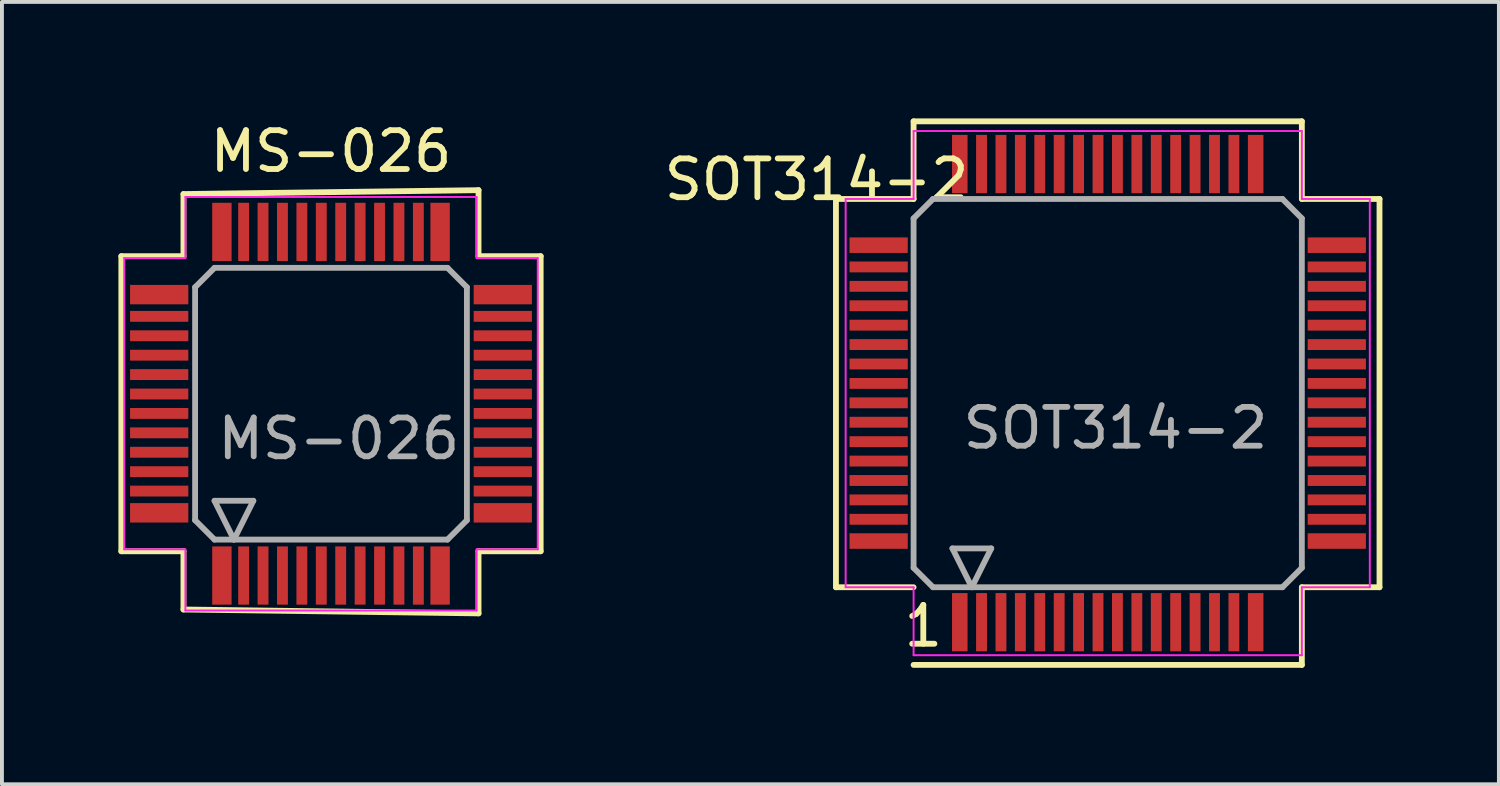
<source format=kicad_pcb>
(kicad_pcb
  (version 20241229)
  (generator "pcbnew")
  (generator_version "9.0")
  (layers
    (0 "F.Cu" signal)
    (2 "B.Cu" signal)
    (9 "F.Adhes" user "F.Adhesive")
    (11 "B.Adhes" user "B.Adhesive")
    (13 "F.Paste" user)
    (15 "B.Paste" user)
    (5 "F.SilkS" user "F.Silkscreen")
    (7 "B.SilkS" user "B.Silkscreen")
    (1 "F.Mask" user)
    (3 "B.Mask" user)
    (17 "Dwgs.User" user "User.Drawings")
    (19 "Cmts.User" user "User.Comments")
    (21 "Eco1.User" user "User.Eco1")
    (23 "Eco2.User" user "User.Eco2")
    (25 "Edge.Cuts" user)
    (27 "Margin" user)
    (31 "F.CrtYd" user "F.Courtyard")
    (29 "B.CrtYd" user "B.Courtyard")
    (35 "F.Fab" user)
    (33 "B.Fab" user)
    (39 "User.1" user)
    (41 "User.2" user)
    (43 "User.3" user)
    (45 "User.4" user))
  (footprint "SOT314-2"
    (layer "F.Cu")
    (at 25.48 7.075)
    (property "Reference" "SOT314-2" (at -7.5 -5.5 0) (layer "F.SilkS") (effects (font (size 1 1) (thickness 0.15))))
    (attr smd)
    (fp_line (start -7 -5) (end -7 5) (stroke (width 0.15) (type solid)) (layer "F.SilkS"))
    (fp_line (start -7 5) (end -5 5) (stroke (width 0.15) (type solid)) (layer "F.SilkS"))
    (fp_line (start -5 -7) (end -5 -5) (stroke (width 0.15) (type solid)) (layer "F.SilkS"))
    (fp_line (start -5 -5) (end -7 -5) (stroke (width 0.15) (type solid)) (layer "F.SilkS"))
    (fp_line (start -5 7) (end 5 7) (stroke (width 0.15) (type solid)) (layer "F.SilkS"))
    (fp_line (start 5 -7) (end -5 -7) (stroke (width 0.15) (type solid)) (layer "F.SilkS"))
    (fp_line (start 5 -5) (end 5 -7) (stroke (width 0.15) (type solid)) (layer "F.SilkS"))
    (fp_line (start 5 5) (end 7 5) (stroke (width 0.15) (type solid)) (layer "F.SilkS"))
    (fp_line (start 5 7) (end 5 5) (stroke (width 0.15) (type solid)) (layer "F.SilkS"))
    (fp_line (start 7 -5) (end 5 -5) (stroke (width 0.15) (type solid)) (layer "F.SilkS"))
    (fp_line (start 7 5) (end 7 -5) (stroke (width 0.15) (type solid)) (layer "F.SilkS"))
    (fp_line (start -6.75 -5) (end -6.75 5) (stroke (width 0.05) (type solid)) (layer "F.CrtYd"))
    (fp_line (start -6.75 -5) (end -5 -5) (stroke (width 0.05) (type solid)) (layer "F.CrtYd"))
    (fp_line (start -5 -5) (end -5 -6.75) (stroke (width 0.05) (type solid)) (layer "F.CrtYd"))
    (fp_line (start -5 5) (end -6.75 5) (stroke (width 0.05) (type solid)) (layer "F.CrtYd"))
    (fp_line (start -5 5) (end -5 6.75) (stroke (width 0.05) (type solid)) (layer "F.CrtYd"))
    (fp_line (start 5 -6.75) (end -5 -6.75) (stroke (width 0.05) (type solid)) (layer "F.CrtYd"))
    (fp_line (start 5 -5) (end 5 -6.75) (stroke (width 0.05) (type solid)) (layer "F.CrtYd"))
    (fp_line (start 5 -5) (end 6.75 -5) (stroke (width 0.05) (type solid)) (layer "F.CrtYd"))
    (fp_line (start 5 5) (end 5 6.75) (stroke (width 0.05) (type solid)) (layer "F.CrtYd"))
    (fp_line (start 5 5) (end 6.75 5) (stroke (width 0.05) (type solid)) (layer "F.CrtYd"))
    (fp_line (start 5 6.75) (end -5 6.75) (stroke (width 0.05) (type solid)) (layer "F.CrtYd"))
    (fp_line (start 6.75 -5) (end 6.75 5) (stroke (width 0.05) (type solid)) (layer "F.CrtYd"))
    (fp_line (start -5 -4.5) (end -5 4.5) (stroke (width 0.15) (type solid)) (layer "F.Fab"))
    (fp_line (start -5 -4.5) (end -4.5 -5) (stroke (width 0.15) (type solid)) (layer "F.Fab"))
    (fp_line (start -4.5 5) (end -5 4.5) (stroke (width 0.15) (type solid)) (layer "F.Fab"))
    (fp_line (start -4.5 5) (end 4.5 5) (stroke (width 0.15) (type solid)) (layer "F.Fab"))
    (fp_line (start -4 4) (end -3.5 5) (stroke (width 0.15) (type solid)) (layer "F.Fab"))
    (fp_line (start -3.5 5) (end -3 4) (stroke (width 0.15) (type solid)) (layer "F.Fab"))
    (fp_line (start -3 4) (end -4 4) (stroke (width 0.15) (type solid)) (layer "F.Fab"))
    (fp_line (start 4.5 -5) (end -4.5 -5) (stroke (width 0.15) (type solid)) (layer "F.Fab"))
    (fp_line (start 5 -4.5) (end 4.5 -5) (stroke (width 0.15) (type solid)) (layer "F.Fab"))
    (fp_line (start 5 4.5) (end 4.5 5) (stroke (width 0.15) (type solid)) (layer "F.Fab"))
    (fp_line (start 5 4.5) (end 5 -4.5) (stroke (width 0.15) (type solid)) (layer "F.Fab"))
    (fp_text user "1" (at -4.75 6 0) (layer "F.SilkS") (effects (font (size 1 1) (thickness 0.15))))
    (fp_text user "${REFERENCE}" (at 0.2 0.9 0) (layer "F.Fab") (effects (font (size 1 1) (thickness 0.15))))
    (pad "1" smd rect (at -3.81 5.9) (size 0.4 1.5) (layers "F.Cu" "F.Mask" "F.Paste"))
    (pad "2" smd rect (at -3.25 5.9) (size 0.28 1.5) (layers "F.Cu" "F.Mask" "F.Paste"))
    (pad "3" smd rect (at -2.75 5.9) (size 0.28 1.5) (layers "F.Cu" "F.Mask" "F.Paste"))
    (pad "4" smd rect (at -2.25 5.9) (size 0.28 1.5) (layers "F.Cu" "F.Mask" "F.Paste"))
    (pad "5" smd rect (at -1.75 5.9) (size 0.28 1.5) (layers "F.Cu" "F.Mask" "F.Paste"))
    (pad "6" smd rect (at -1.25 5.9) (size 0.28 1.5) (layers "F.Cu" "F.Mask" "F.Paste"))
    (pad "7" smd rect (at -0.75 5.9) (size 0.28 1.5) (layers "F.Cu" "F.Mask" "F.Paste"))
    (pad "8" smd rect (at -0.25 5.9) (size 0.28 1.5) (layers "F.Cu" "F.Mask" "F.Paste"))
    (pad "9" smd rect (at 0.25 5.9) (size 0.28 1.5) (layers "F.Cu" "F.Mask" "F.Paste"))
    (pad "10" smd rect (at 0.75 5.9) (size 0.28 1.5) (layers "F.Cu" "F.Mask" "F.Paste"))
    (pad "11" smd rect (at 1.25 5.9) (size 0.28 1.5) (layers "F.Cu" "F.Mask" "F.Paste"))
    (pad "12" smd rect (at 1.75 5.9) (size 0.28 1.5) (layers "F.Cu" "F.Mask" "F.Paste"))
    (pad "13" smd rect (at 2.25 5.9) (size 0.28 1.5) (layers "F.Cu" "F.Mask" "F.Paste"))
    (pad "14" smd rect (at 2.75 5.9) (size 0.28 1.5) (layers "F.Cu" "F.Mask" "F.Paste"))
    (pad "15" smd rect (at 3.25 5.9) (size 0.28 1.5) (layers "F.Cu" "F.Mask" "F.Paste"))
    (pad "16" smd rect (at 3.81 5.9) (size 0.4 1.5) (layers "F.Cu" "F.Mask" "F.Paste"))
    (pad "17" smd rect (at 5.9 3.81) (size 1.5 0.4) (layers "F.Cu" "F.Mask" "F.Paste"))
    (pad "18" smd rect (at 5.9 3.25) (size 1.5 0.28) (layers "F.Cu" "F.Mask" "F.Paste"))
    (pad "19" smd rect (at 5.9 2.75) (size 1.5 0.28) (layers "F.Cu" "F.Mask" "F.Paste"))
    (pad "20" smd rect (at 5.9 2.25) (size 1.5 0.28) (layers "F.Cu" "F.Mask" "F.Paste"))
    (pad "21" smd rect (at 5.9 1.75) (size 1.5 0.28) (layers "F.Cu" "F.Mask" "F.Paste"))
    (pad "22" smd rect (at 5.9 1.25) (size 1.5 0.28) (layers "F.Cu" "F.Mask" "F.Paste"))
    (pad "23" smd rect (at 5.9 0.75) (size 1.5 0.28) (layers "F.Cu" "F.Mask" "F.Paste"))
    (pad "24" smd rect (at 5.9 0.25) (size 1.5 0.28) (layers "F.Cu" "F.Mask" "F.Paste"))
    (pad "25" smd rect (at 5.9 -0.25) (size 1.5 0.28) (layers "F.Cu" "F.Mask" "F.Paste"))
    (pad "26" smd rect (at 5.9 -0.75) (size 1.5 0.28) (layers "F.Cu" "F.Mask" "F.Paste"))
    (pad "27" smd rect (at 5.9 -1.25) (size 1.5 0.28) (layers "F.Cu" "F.Mask" "F.Paste"))
    (pad "28" smd rect (at 5.9 -1.75) (size 1.5 0.28) (layers "F.Cu" "F.Mask" "F.Paste"))
    (pad "29" smd rect (at 5.9 -2.25) (size 1.5 0.28) (layers "F.Cu" "F.Mask" "F.Paste"))
    (pad "30" smd rect (at 5.9 -2.75) (size 1.5 0.28) (layers "F.Cu" "F.Mask" "F.Paste"))
    (pad "31" smd rect (at 5.9 -3.25) (size 1.5 0.28) (layers "F.Cu" "F.Mask" "F.Paste"))
    (pad "32" smd rect (at 5.9 -3.81) (size 1.5 0.4) (layers "F.Cu" "F.Mask" "F.Paste"))
    (pad "33" smd rect (at 3.81 -5.9) (size 0.4 1.5) (layers "F.Cu" "F.Mask" "F.Paste"))
    (pad "34" smd rect (at 3.25 -5.9) (size 0.28 1.5) (layers "F.Cu" "F.Mask" "F.Paste"))
    (pad "35" smd rect (at 2.75 -5.9) (size 0.28 1.5) (layers "F.Cu" "F.Mask" "F.Paste"))
    (pad "36" smd rect (at 2.25 -5.9) (size 0.28 1.5) (layers "F.Cu" "F.Mask" "F.Paste"))
    (pad "37" smd rect (at 1.75 -5.9) (size 0.28 1.5) (layers "F.Cu" "F.Mask" "F.Paste"))
    (pad "38" smd rect (at 1.25 -5.9) (size 0.28 1.5) (layers "F.Cu" "F.Mask" "F.Paste"))
    (pad "39" smd rect (at 0.75 -5.9) (size 0.28 1.5) (layers "F.Cu" "F.Mask" "F.Paste"))
    (pad "40" smd rect (at 0.25 -5.9) (size 0.28 1.5) (layers "F.Cu" "F.Mask" "F.Paste"))
    (pad "41" smd rect (at -0.25 -5.9) (size 0.28 1.5) (layers "F.Cu" "F.Mask" "F.Paste"))
    (pad "42" smd rect (at -0.75 -5.9) (size 0.28 1.5) (layers "F.Cu" "F.Mask" "F.Paste"))
    (pad "43" smd rect (at -1.25 -5.9) (size 0.28 1.5) (layers "F.Cu" "F.Mask" "F.Paste"))
    (pad "44" smd rect (at -1.75 -5.9) (size 0.28 1.5) (layers "F.Cu" "F.Mask" "F.Paste"))
    (pad "45" smd rect (at -2.25 -5.9) (size 0.28 1.5) (layers "F.Cu" "F.Mask" "F.Paste"))
    (pad "46" smd rect (at -2.75 -5.9) (size 0.28 1.5) (layers "F.Cu" "F.Mask" "F.Paste"))
    (pad "47" smd rect (at -3.25 -5.9) (size 0.28 1.5) (layers "F.Cu" "F.Mask" "F.Paste"))
    (pad "48" smd rect (at -3.81 -5.9) (size 0.4 1.5) (layers "F.Cu" "F.Mask" "F.Paste"))
    (pad "49" smd rect (at -5.9 -3.81) (size 1.5 0.4) (layers "F.Cu" "F.Mask" "F.Paste"))
    (pad "50" smd rect (at -5.9 -3.25) (size 1.5 0.28) (layers "F.Cu" "F.Mask" "F.Paste"))
    (pad "51" smd rect (at -5.9 -2.75) (size 1.5 0.28) (layers "F.Cu" "F.Mask" "F.Paste"))
    (pad "52" smd rect (at -5.9 -2.25) (size 1.5 0.28) (layers "F.Cu" "F.Mask" "F.Paste"))
    (pad "53" smd rect (at -5.9 -1.75) (size 1.5 0.28) (layers "F.Cu" "F.Mask" "F.Paste"))
    (pad "54" smd rect (at -5.9 -1.25) (size 1.5 0.28) (layers "F.Cu" "F.Mask" "F.Paste"))
    (pad "55" smd rect (at -5.9 -0.75) (size 1.5 0.28) (layers "F.Cu" "F.Mask" "F.Paste"))
    (pad "56" smd rect (at -5.9 -0.25) (size 1.5 0.28) (layers "F.Cu" "F.Mask" "F.Paste"))
    (pad "57" smd rect (at -5.9 0.25) (size 1.5 0.28) (layers "F.Cu" "F.Mask" "F.Paste"))
    (pad "58" smd rect (at -5.9 0.75) (size 1.5 0.28) (layers "F.Cu" "F.Mask" "F.Paste"))
    (pad "59" smd rect (at -5.9 1.25) (size 1.5 0.28) (layers "F.Cu" "F.Mask" "F.Paste"))
    (pad "60" smd rect (at -5.9 1.75) (size 1.5 0.28) (layers "F.Cu" "F.Mask" "F.Paste"))
    (pad "61" smd rect (at -5.9 2.25) (size 1.5 0.28) (layers "F.Cu" "F.Mask" "F.Paste"))
    (pad "62" smd rect (at -5.9 2.75) (size 1.5 0.28) (layers "F.Cu" "F.Mask" "F.Paste"))
    (pad "63" smd rect (at -5.9 3.25) (size 1.5 0.28) (layers "F.Cu" "F.Mask" "F.Paste"))
    (pad "64" smd rect (at -5.9 3.81) (size 1.5 0.4) (layers "F.Cu" "F.Mask" "F.Paste")))
  (footprint "MS-026"
    (layer "F.Cu")
    (at 5.475 7.348)
    (property "Reference" "MS-026" (at 0 -6.5 0) (layer "F.SilkS") (effects (font (size 1 1) (thickness 0.15))))
    (attr smd)
    (fp_line (start -5.4 -3.8) (end -5.4 3.8) (stroke (width 0.15) (type solid)) (layer "F.SilkS"))
    (fp_line (start -5.4 3.8) (end -3.8 3.8) (stroke (width 0.15) (type solid)) (layer "F.SilkS"))
    (fp_line (start -3.8 -5.4) (end -3.8 -3.8) (stroke (width 0.15) (type solid)) (layer "F.SilkS"))
    (fp_line (start -3.8 -3.8) (end -5.4 -3.8) (stroke (width 0.15) (type solid)) (layer "F.SilkS"))
    (fp_line (start -3.8 3.8) (end -3.8 5.3) (stroke (width 0.15) (type solid)) (layer "F.SilkS"))
    (fp_line (start -3.8 5.3) (end 3.8 5.4) (stroke (width 0.15) (type solid)) (layer "F.SilkS"))
    (fp_line (start 3.8 -5.5) (end -3.8 -5.4) (stroke (width 0.15) (type solid)) (layer "F.SilkS"))
    (fp_line (start 3.8 -3.8) (end 3.8 -5.5) (stroke (width 0.15) (type solid)) (layer "F.SilkS"))
    (fp_line (start 3.8 3.8) (end 5.4 3.8) (stroke (width 0.15) (type solid)) (layer "F.SilkS"))
    (fp_line (start 3.8 5.4) (end 3.8 3.8) (stroke (width 0.15) (type solid)) (layer "F.SilkS"))
    (fp_line (start 5.4 -3.8) (end 3.8 -3.8) (stroke (width 0.15) (type solid)) (layer "F.SilkS"))
    (fp_line (start 5.4 3.8) (end 5.4 -3.8) (stroke (width 0.15) (type solid)) (layer "F.SilkS"))
    (fp_line (start -5.325 -3.75) (end -5.325 3.75) (stroke (width 0.05) (type solid)) (layer "F.CrtYd"))
    (fp_line (start -5.325 -3.75) (end -3.75 -3.75) (stroke (width 0.05) (type solid)) (layer "F.CrtYd"))
    (fp_line (start -3.75 -3.75) (end -3.75 -5.325) (stroke (width 0.05) (type solid)) (layer "F.CrtYd"))
    (fp_line (start -3.75 3.75) (end -5.325 3.75) (stroke (width 0.05) (type solid)) (layer "F.CrtYd"))
    (fp_line (start -3.75 3.75) (end -3.75 5.325) (stroke (width 0.05) (type solid)) (layer "F.CrtYd"))
    (fp_line (start 3.75 -5.325) (end -3.75 -5.325) (stroke (width 0.05) (type solid)) (layer "F.CrtYd"))
    (fp_line (start 3.75 -3.75) (end 3.75 -5.325) (stroke (width 0.05) (type solid)) (layer "F.CrtYd"))
    (fp_line (start 3.75 -3.75) (end 5.325 -3.75) (stroke (width 0.05) (type solid)) (layer "F.CrtYd"))
    (fp_line (start 3.75 3.75) (end 3.75 5.325) (stroke (width 0.05) (type solid)) (layer "F.CrtYd"))
    (fp_line (start 3.75 3.75) (end 5.325 3.75) (stroke (width 0.05) (type solid)) (layer "F.CrtYd"))
    (fp_line (start 3.75 5.325) (end -3.75 5.325) (stroke (width 0.05) (type solid)) (layer "F.CrtYd"))
    (fp_line (start 5.325 -3.75) (end 5.325 3.75) (stroke (width 0.05) (type solid)) (layer "F.CrtYd"))
    (fp_line (start -3.5 -3) (end -3.5 3) (stroke (width 0.15) (type solid)) (layer "F.Fab"))
    (fp_line (start -3.5 -3) (end -3 -3.5) (stroke (width 0.15) (type solid)) (layer "F.Fab"))
    (fp_line (start -3 2.5) (end -2.5 3.5) (stroke (width 0.15) (type solid)) (layer "F.Fab"))
    (fp_line (start -3 3.5) (end -3.5 3) (stroke (width 0.15) (type solid)) (layer "F.Fab"))
    (fp_line (start -3 3.5) (end 3 3.5) (stroke (width 0.15) (type solid)) (layer "F.Fab"))
    (fp_line (start -2.5 3.5) (end -2 2.5) (stroke (width 0.15) (type solid)) (layer "F.Fab"))
    (fp_line (start -2 2.5) (end -3 2.5) (stroke (width 0.15) (type solid)) (layer "F.Fab"))
    (fp_line (start 3 -3.5) (end -3 -3.5) (stroke (width 0.15) (type solid)) (layer "F.Fab"))
    (fp_line (start 3.5 -3) (end 3 -3.5) (stroke (width 0.15) (type solid)) (layer "F.Fab"))
    (fp_line (start 3.5 3) (end 3 3.5) (stroke (width 0.15) (type solid)) (layer "F.Fab"))
    (fp_line (start 3.5 3) (end 3.5 -3) (stroke (width 0.15) (type solid)) (layer "F.Fab"))
    (fp_text user "${REFERENCE}" (at 0.2 0.9 0) (layer "F.Fab") (effects (font (size 1 1) (thickness 0.15))))
    (pad "1" smd rect (at -2.81 4.425) (size 0.5 1.5) (layers "F.Cu" "F.Mask" "F.Paste"))
    (pad "2" smd rect (at -2.25 4.425) (size 0.28 1.5) (layers "F.Cu" "F.Mask" "F.Paste"))
    (pad "3" smd rect (at -1.75 4.425) (size 0.28 1.5) (layers "F.Cu" "F.Mask" "F.Paste"))
    (pad "4" smd rect (at -1.25 4.425) (size 0.28 1.5) (layers "F.Cu" "F.Mask" "F.Paste"))
    (pad "5" smd rect (at -0.75 4.425) (size 0.28 1.5) (layers "F.Cu" "F.Mask" "F.Paste"))
    (pad "6" smd rect (at -0.25 4.425) (size 0.28 1.5) (layers "F.Cu" "F.Mask" "F.Paste"))
    (pad "7" smd rect (at 0.25 4.425) (size 0.28 1.5) (layers "F.Cu" "F.Mask" "F.Paste"))
    (pad "8" smd rect (at 0.75 4.425) (size 0.28 1.5) (layers "F.Cu" "F.Mask" "F.Paste"))
    (pad "9" smd rect (at 1.25 4.425) (size 0.28 1.5) (layers "F.Cu" "F.Mask" "F.Paste"))
    (pad "10" smd rect (at 1.75 4.425) (size 0.28 1.5) (layers "F.Cu" "F.Mask" "F.Paste"))
    (pad "11" smd rect (at 2.25 4.425) (size 0.28 1.5) (layers "F.Cu" "F.Mask" "F.Paste"))
    (pad "12" smd rect (at 2.81 4.425) (size 0.5 1.5) (layers "F.Cu" "F.Mask" "F.Paste"))
    (pad "13" smd rect (at 4.425 2.81) (size 1.5 0.5) (layers "F.Cu" "F.Mask" "F.Paste"))
    (pad "14" smd rect (at 4.425 2.25) (size 1.5 0.28) (layers "F.Cu" "F.Mask" "F.Paste"))
    (pad "15" smd rect (at 4.425 1.75) (size 1.5 0.28) (layers "F.Cu" "F.Mask" "F.Paste"))
    (pad "16" smd rect (at 4.425 1.25) (size 1.5 0.28) (layers "F.Cu" "F.Mask" "F.Paste"))
    (pad "17" smd rect (at 4.425 0.75) (size 1.5 0.28) (layers "F.Cu" "F.Mask" "F.Paste"))
    (pad "18" smd rect (at 4.425 0.25) (size 1.5 0.28) (layers "F.Cu" "F.Mask" "F.Paste"))
    (pad "19" smd rect (at 4.425 -0.25) (size 1.5 0.28) (layers "F.Cu" "F.Mask" "F.Paste"))
    (pad "20" smd rect (at 4.425 -0.75) (size 1.5 0.28) (layers "F.Cu" "F.Mask" "F.Paste"))
    (pad "21" smd rect (at 4.425 -1.25) (size 1.5 0.28) (layers "F.Cu" "F.Mask" "F.Paste"))
    (pad "22" smd rect (at 4.425 -1.75) (size 1.5 0.28) (layers "F.Cu" "F.Mask" "F.Paste"))
    (pad "23" smd rect (at 4.425 -2.25) (size 1.5 0.28) (layers "F.Cu" "F.Mask" "F.Paste"))
    (pad "24" smd rect (at 4.425 -2.81) (size 1.5 0.5) (layers "F.Cu" "F.Mask" "F.Paste"))
    (pad "25" smd rect (at 2.81 -4.425) (size 0.5 1.5) (layers "F.Cu" "F.Mask" "F.Paste"))
    (pad "26" smd rect (at 2.25 -4.425) (size 0.28 1.5) (layers "F.Cu" "F.Mask" "F.Paste"))
    (pad "27" smd rect (at 1.75 -4.425) (size 0.28 1.5) (layers "F.Cu" "F.Mask" "F.Paste"))
    (pad "28" smd rect (at 1.25 -4.425) (size 0.28 1.5) (layers "F.Cu" "F.Mask" "F.Paste"))
    (pad "29" smd rect (at 0.75 -4.425) (size 0.28 1.5) (layers "F.Cu" "F.Mask" "F.Paste"))
    (pad "30" smd rect (at 0.25 -4.425) (size 0.28 1.5) (layers "F.Cu" "F.Mask" "F.Paste"))
    (pad "31" smd rect (at -0.25 -4.425) (size 0.28 1.5) (layers "F.Cu" "F.Mask" "F.Paste"))
    (pad "32" smd rect (at -0.75 -4.425) (size 0.28 1.5) (layers "F.Cu" "F.Mask" "F.Paste"))
    (pad "33" smd rect (at -1.25 -4.425) (size 0.28 1.5) (layers "F.Cu" "F.Mask" "F.Paste"))
    (pad "34" smd rect (at -1.75 -4.425) (size 0.28 1.5) (layers "F.Cu" "F.Mask" "F.Paste"))
    (pad "35" smd rect (at -2.25 -4.425) (size 0.28 1.5) (layers "F.Cu" "F.Mask" "F.Paste"))
    (pad "36" smd rect (at -2.81 -4.425) (size 0.5 1.5) (layers "F.Cu" "F.Mask" "F.Paste"))
    (pad "37" smd rect (at -4.425 -2.81) (size 1.5 0.5) (layers "F.Cu" "F.Mask" "F.Paste"))
    (pad "38" smd rect (at -4.425 -2.25) (size 1.5 0.28) (layers "F.Cu" "F.Mask" "F.Paste"))
    (pad "39" smd rect (at -4.425 -1.75) (size 1.5 0.28) (layers "F.Cu" "F.Mask" "F.Paste"))
    (pad "40" smd rect (at -4.425 -1.25) (size 1.5 0.28) (layers "F.Cu" "F.Mask" "F.Paste"))
    (pad "41" smd rect (at -4.425 -0.75) (size 1.5 0.28) (layers "F.Cu" "F.Mask" "F.Paste"))
    (pad "42" smd rect (at -4.425 -0.25) (size 1.5 0.28) (layers "F.Cu" "F.Mask" "F.Paste"))
    (pad "43" smd rect (at -4.425 0.25) (size 1.5 0.28) (layers "F.Cu" "F.Mask" "F.Paste"))
    (pad "44" smd rect (at -4.425 0.75) (size 1.5 0.28) (layers "F.Cu" "F.Mask" "F.Paste"))
    (pad "45" smd rect (at -4.425 1.25) (size 1.5 0.28) (layers "F.Cu" "F.Mask" "F.Paste"))
    (pad "46" smd rect (at -4.425 1.75) (size 1.5 0.28) (layers "F.Cu" "F.Mask" "F.Paste"))
    (pad "47" smd rect (at -4.425 2.25) (size 1.5 0.28) (layers "F.Cu" "F.Mask" "F.Paste"))
    (pad "48" smd rect (at -4.425 2.81) (size 1.5 0.5) (layers "F.Cu" "F.Mask" "F.Paste")))
  (gr_rect
    (start -3 -3)
    (end 35.555 17.15)
    (stroke (width 0.1) (type default))
    (fill no)
    (layer "Edge.Cuts")))
</source>
